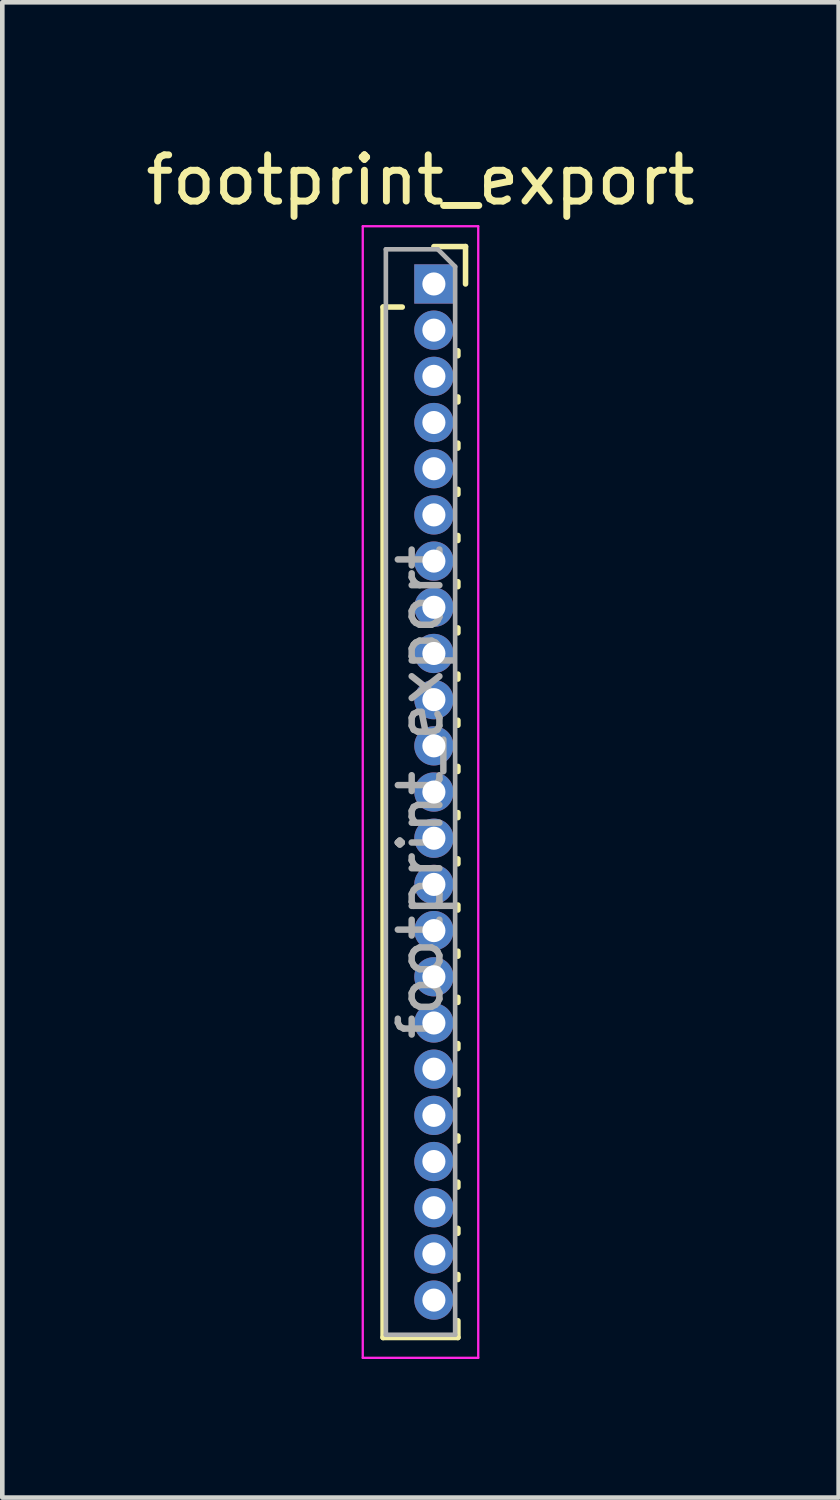
<source format=kicad_pcb>
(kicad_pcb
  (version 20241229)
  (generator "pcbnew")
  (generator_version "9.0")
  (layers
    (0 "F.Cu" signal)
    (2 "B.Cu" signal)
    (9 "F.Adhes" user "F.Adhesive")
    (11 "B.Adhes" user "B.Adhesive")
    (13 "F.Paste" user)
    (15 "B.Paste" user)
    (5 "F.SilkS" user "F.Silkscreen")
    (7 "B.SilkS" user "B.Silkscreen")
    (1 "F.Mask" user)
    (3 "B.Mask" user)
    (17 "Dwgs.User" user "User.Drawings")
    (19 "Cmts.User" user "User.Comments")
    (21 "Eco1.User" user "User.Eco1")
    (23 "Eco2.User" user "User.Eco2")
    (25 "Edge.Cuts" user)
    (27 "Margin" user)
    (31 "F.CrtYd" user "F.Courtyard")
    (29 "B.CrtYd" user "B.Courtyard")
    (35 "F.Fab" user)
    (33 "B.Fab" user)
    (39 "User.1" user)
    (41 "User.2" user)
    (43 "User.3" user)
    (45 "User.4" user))
  (footprint "footprint_export"
    (layer "F.Cu")
    (at 6.344 3.098)
    (property "Reference" "footprint_export" (at -0.29 -2.25 0) (layer "F.SilkS") (effects (font (size 1 1) (thickness 0.15))))
    (attr through_hole)
    (fp_line (start -1.1 0.5) (end -1.1 22.81) (stroke (width 0.12) (type solid)) (layer "F.SilkS"))
    (fp_line (start -1.1 0.5) (end -0.685 0.5) (stroke (width 0.12) (type solid)) (layer "F.SilkS"))
    (fp_line (start -1.1 22.81) (end 0.52 22.81) (stroke (width 0.12) (type solid)) (layer "F.SilkS"))
    (fp_line (start 0 -0.81) (end 0.685 -0.81) (stroke (width 0.12) (type solid)) (layer "F.SilkS"))
    (fp_line (start 0.52 1.446) (end 0.52 1.554) (stroke (width 0.12) (type solid)) (layer "F.SilkS"))
    (fp_line (start 0.52 2.446) (end 0.52 2.554) (stroke (width 0.12) (type solid)) (layer "F.SilkS"))
    (fp_line (start 0.52 3.446) (end 0.52 3.554) (stroke (width 0.12) (type solid)) (layer "F.SilkS"))
    (fp_line (start 0.52 4.446) (end 0.52 4.554) (stroke (width 0.12) (type solid)) (layer "F.SilkS"))
    (fp_line (start 0.52 5.446) (end 0.52 5.554) (stroke (width 0.12) (type solid)) (layer "F.SilkS"))
    (fp_line (start 0.52 6.446) (end 0.52 6.554) (stroke (width 0.12) (type solid)) (layer "F.SilkS"))
    (fp_line (start 0.52 7.446) (end 0.52 7.554) (stroke (width 0.12) (type solid)) (layer "F.SilkS"))
    (fp_line (start 0.52 8.446) (end 0.52 8.554) (stroke (width 0.12) (type solid)) (layer "F.SilkS"))
    (fp_line (start 0.52 9.446) (end 0.52 9.554) (stroke (width 0.12) (type solid)) (layer "F.SilkS"))
    (fp_line (start 0.52 10.446) (end 0.52 10.554) (stroke (width 0.12) (type solid)) (layer "F.SilkS"))
    (fp_line (start 0.52 11.446) (end 0.52 11.554) (stroke (width 0.12) (type solid)) (layer "F.SilkS"))
    (fp_line (start 0.52 12.446) (end 0.52 12.554) (stroke (width 0.12) (type solid)) (layer "F.SilkS"))
    (fp_line (start 0.52 13.446) (end 0.52 13.554) (stroke (width 0.12) (type solid)) (layer "F.SilkS"))
    (fp_line (start 0.52 14.446) (end 0.52 14.554) (stroke (width 0.12) (type solid)) (layer "F.SilkS"))
    (fp_line (start 0.52 15.446) (end 0.52 15.554) (stroke (width 0.12) (type solid)) (layer "F.SilkS"))
    (fp_line (start 0.52 16.446) (end 0.52 16.554) (stroke (width 0.12) (type solid)) (layer "F.SilkS"))
    (fp_line (start 0.52 17.446) (end 0.52 17.554) (stroke (width 0.12) (type solid)) (layer "F.SilkS"))
    (fp_line (start 0.52 18.446) (end 0.52 18.554) (stroke (width 0.12) (type solid)) (layer "F.SilkS"))
    (fp_line (start 0.52 19.446) (end 0.52 19.554) (stroke (width 0.12) (type solid)) (layer "F.SilkS"))
    (fp_line (start 0.52 20.446) (end 0.52 20.554) (stroke (width 0.12) (type solid)) (layer "F.SilkS"))
    (fp_line (start 0.52 21.446) (end 0.52 21.554) (stroke (width 0.12) (type solid)) (layer "F.SilkS"))
    (fp_line (start 0.52 22.446) (end 0.52 22.81) (stroke (width 0.12) (type solid)) (layer "F.SilkS"))
    (fp_line (start 0.685 -0.81) (end 0.685 0) (stroke (width 0.12) (type solid)) (layer "F.SilkS"))
    (fp_line (start -1.54 -1.25) (end 0.96 -1.25) (stroke (width 0.05) (type solid)) (layer "F.CrtYd"))
    (fp_line (start -1.54 23.25) (end -1.54 -1.25) (stroke (width 0.05) (type solid)) (layer "F.CrtYd"))
    (fp_line (start 0.96 -1.25) (end 0.96 23.25) (stroke (width 0.05) (type solid)) (layer "F.CrtYd"))
    (fp_line (start 0.96 23.25) (end -1.54 23.25) (stroke (width 0.05) (type solid)) (layer "F.CrtYd"))
    (fp_line (start -1.04 -0.75) (end 0.085 -0.75) (stroke (width 0.1) (type solid)) (layer "F.Fab"))
    (fp_line (start -1.04 22.75) (end -1.04 -0.75) (stroke (width 0.1) (type solid)) (layer "F.Fab"))
    (fp_line (start 0.085 -0.75) (end 0.46 -0.375) (stroke (width 0.1) (type solid)) (layer "F.Fab"))
    (fp_line (start 0.46 -0.375) (end 0.46 22.75) (stroke (width 0.1) (type solid)) (layer "F.Fab"))
    (fp_line (start 0.46 22.75) (end -1.04 22.75) (stroke (width 0.1) (type solid)) (layer "F.Fab"))
    (fp_text user "${REFERENCE}" (at -0.29 11 90) (layer "F.Fab") (effects (font (size 0.9 0.9) (thickness 0.14))))
    (pad "1" thru_hole rect (at 0 0) (size 0.85 0.85) (drill 0.5) (layers "*.Cu" "*.Mask"))
    (pad "2" thru_hole oval (at 0 1) (size 0.85 0.85) (drill 0.5) (layers "*.Cu" "*.Mask"))
    (pad "3" thru_hole oval (at 0 2) (size 0.85 0.85) (drill 0.5) (layers "*.Cu" "*.Mask"))
    (pad "4" thru_hole oval (at 0 3) (size 0.85 0.85) (drill 0.5) (layers "*.Cu" "*.Mask"))
    (pad "5" thru_hole oval (at 0 4) (size 0.85 0.85) (drill 0.5) (layers "*.Cu" "*.Mask"))
    (pad "6" thru_hole oval (at 0 5) (size 0.85 0.85) (drill 0.5) (layers "*.Cu" "*.Mask"))
    (pad "7" thru_hole oval (at 0 6) (size 0.85 0.85) (drill 0.5) (layers "*.Cu" "*.Mask"))
    (pad "8" thru_hole oval (at 0 7) (size 0.85 0.85) (drill 0.5) (layers "*.Cu" "*.Mask"))
    (pad "9" thru_hole oval (at 0 8) (size 0.85 0.85) (drill 0.5) (layers "*.Cu" "*.Mask"))
    (pad "10" thru_hole oval (at 0 9) (size 0.85 0.85) (drill 0.5) (layers "*.Cu" "*.Mask"))
    (pad "11" thru_hole oval (at 0 10) (size 0.85 0.85) (drill 0.5) (layers "*.Cu" "*.Mask"))
    (pad "12" thru_hole oval (at 0 11) (size 0.85 0.85) (drill 0.5) (layers "*.Cu" "*.Mask"))
    (pad "13" thru_hole oval (at 0 12) (size 0.85 0.85) (drill 0.5) (layers "*.Cu" "*.Mask"))
    (pad "14" thru_hole oval (at 0 13) (size 0.85 0.85) (drill 0.5) (layers "*.Cu" "*.Mask"))
    (pad "15" thru_hole oval (at 0 14) (size 0.85 0.85) (drill 0.5) (layers "*.Cu" "*.Mask"))
    (pad "16" thru_hole oval (at 0 15) (size 0.85 0.85) (drill 0.5) (layers "*.Cu" "*.Mask"))
    (pad "17" thru_hole oval (at 0 16) (size 0.85 0.85) (drill 0.5) (layers "*.Cu" "*.Mask"))
    (pad "18" thru_hole oval (at 0 17) (size 0.85 0.85) (drill 0.5) (layers "*.Cu" "*.Mask"))
    (pad "19" thru_hole oval (at 0 18) (size 0.85 0.85) (drill 0.5) (layers "*.Cu" "*.Mask"))
    (pad "20" thru_hole oval (at 0 19) (size 0.85 0.85) (drill 0.5) (layers "*.Cu" "*.Mask"))
    (pad "21" thru_hole oval (at 0 20) (size 0.85 0.85) (drill 0.5) (layers "*.Cu" "*.Mask"))
    (pad "22" thru_hole oval (at 0 21) (size 0.85 0.85) (drill 0.5) (layers "*.Cu" "*.Mask"))
    (pad "23" thru_hole oval (at 0 22) (size 0.85 0.85) (drill 0.5) (layers "*.Cu" "*.Mask")))
  (gr_rect
    (start -3 -3)
    (end 15.107 29.373)
    (stroke (width 0.1) (type default))
    (fill no)
    (layer "Edge.Cuts")))
</source>
